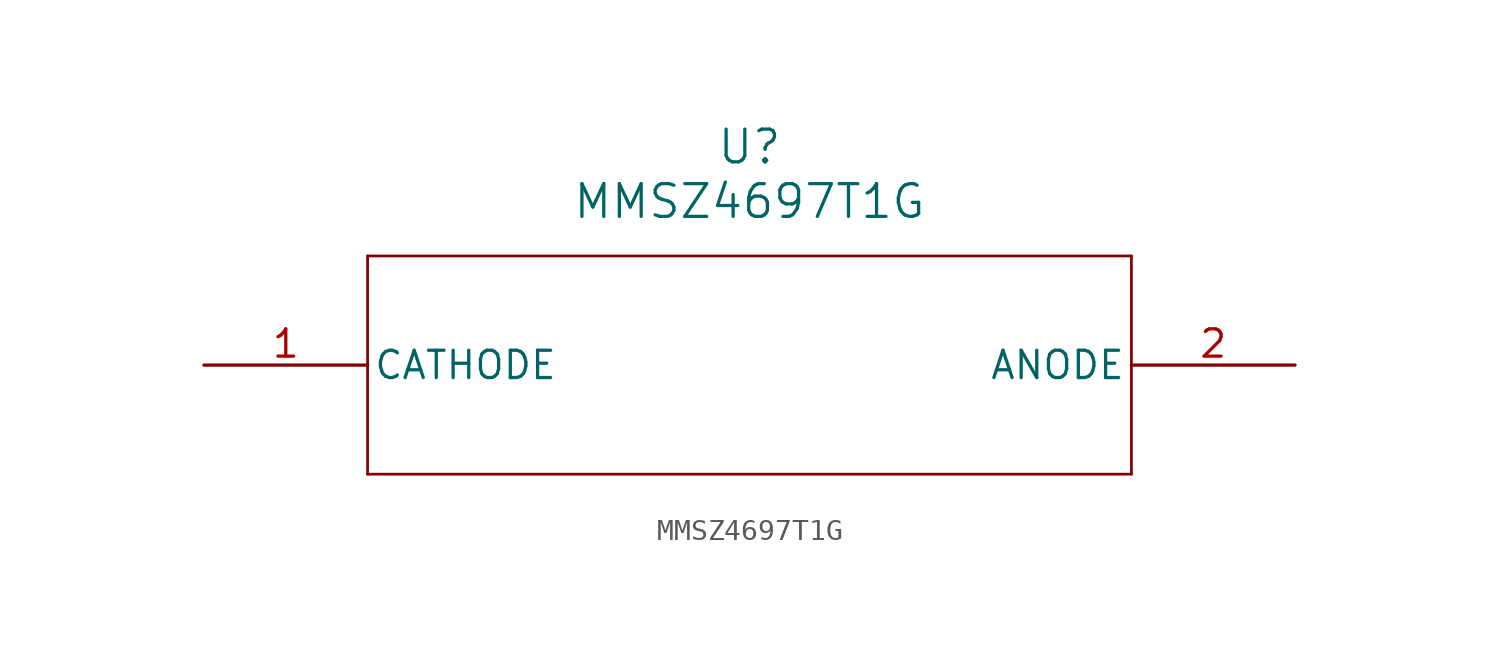
<source format=kicad_sym>
(kicad_symbol_lib
  (version 20211014)
  (generator kicad_symbol_editor)
  (symbol "MMSZ4697T1G"
    (pin_names
      (offset 0.254))
    (property "Reference" "U"
      (at 25.4 10.16 0)
      (effects (font (size 1.524 1.524))))
    (property "Value" "MMSZ4697T1G"
      (at 25.4 7.62 0)
      (effects (font (size 1.524 1.524))))
    (symbol "MMSZ4697T1G_0_1"
      (polyline (pts (xy 7.62 5.08) (xy 7.62 -5.08)) (stroke (width 0.127) (type default) (color 0 0 0 0)) (fill (type none)))
      (polyline (pts (xy 7.62 -5.08) (xy 43.18 -5.08)) (stroke (width 0.127) (type default) (color 0 0 0 0)) (fill (type none)))
      (polyline (pts (xy 43.18 -5.08) (xy 43.18 5.08)) (stroke (width 0.127) (type default) (color 0 0 0 0)) (fill (type none)))
      (polyline (pts (xy 43.18 5.08) (xy 7.62 5.08)) (stroke (width 0.127) (type default) (color 0 0 0 0)) (fill (type none)))
      (pin unspecified line (at 0 0 0) (length 7.62) (name "CATHODE" (effects (font (size 1.27 1.27)))) (number "1" (effects (font (size 1.27 1.27)))))
      (pin unspecified line (at 50.8 0 180) (length 7.62) (name "ANODE" (effects (font (size 1.27 1.27)))) (number "2" (effects (font (size 1.27 1.27))))))))
</source>
